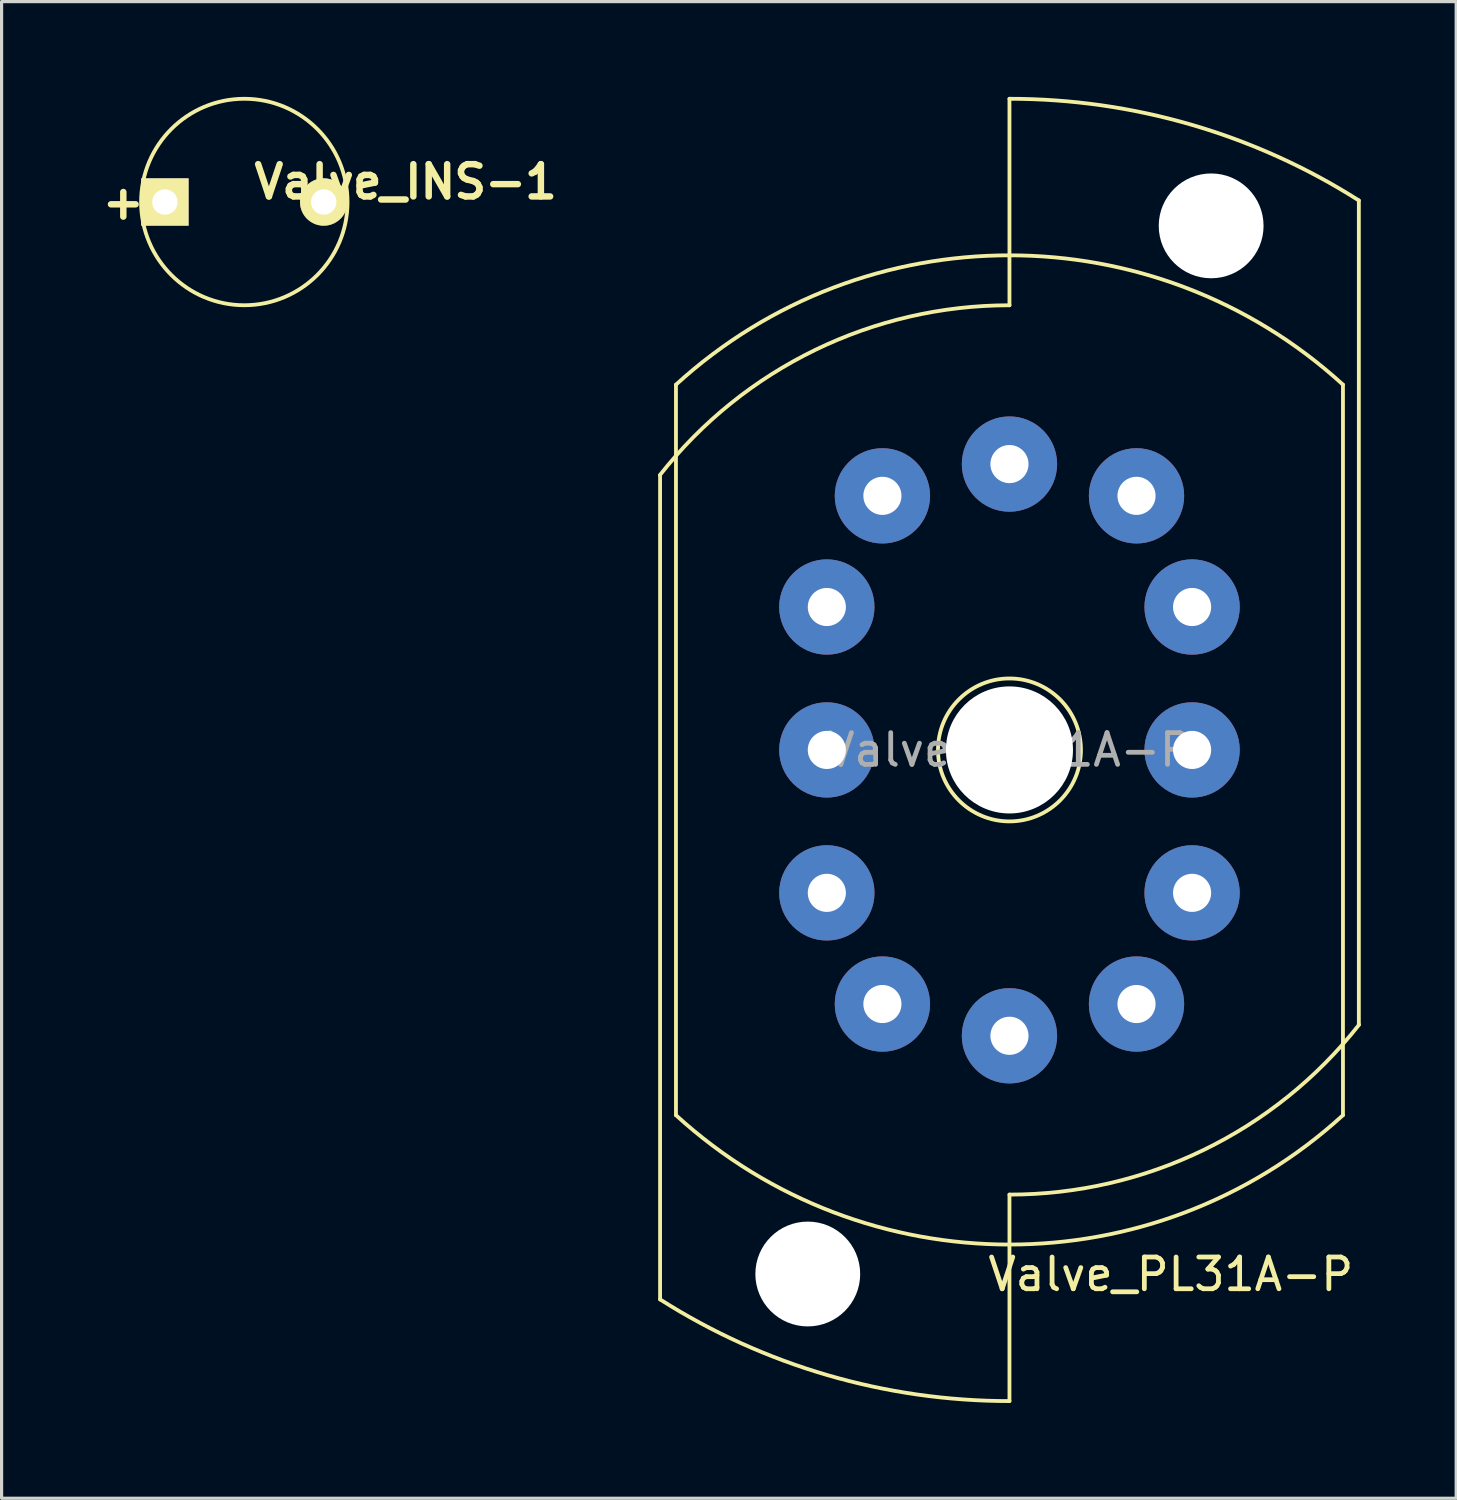
<source format=kicad_pcb>
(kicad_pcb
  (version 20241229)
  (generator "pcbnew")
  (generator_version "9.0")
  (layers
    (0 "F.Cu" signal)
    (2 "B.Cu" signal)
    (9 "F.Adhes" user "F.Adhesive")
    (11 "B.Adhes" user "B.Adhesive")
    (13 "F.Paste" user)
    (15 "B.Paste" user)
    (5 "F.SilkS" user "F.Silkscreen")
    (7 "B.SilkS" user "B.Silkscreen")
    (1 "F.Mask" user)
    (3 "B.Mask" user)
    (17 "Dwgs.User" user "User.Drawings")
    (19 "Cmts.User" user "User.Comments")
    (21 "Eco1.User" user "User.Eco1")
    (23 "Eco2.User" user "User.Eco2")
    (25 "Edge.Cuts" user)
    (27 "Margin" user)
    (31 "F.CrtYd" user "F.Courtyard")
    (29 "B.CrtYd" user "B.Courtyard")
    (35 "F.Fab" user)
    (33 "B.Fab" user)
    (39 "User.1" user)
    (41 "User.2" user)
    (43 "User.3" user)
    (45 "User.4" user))
  (footprint "Valve_PL31A-P"
    (layer "F.Cu")
    (at 28.732 20.561)
    (property "Reference" "Valve_PL31A-P" (at 5.08 16.51 180) (layer "F.SilkS") (effects (font (size 1 1) (thickness 0.15))))
    (attr through_hole)
    (fp_line (start -11 -8.65) (end -11 17.3) (stroke (width 0.12) (type solid)) (layer "F.SilkS"))
    (fp_line (start -10.5 11.5) (end -10.5 -11.5) (stroke (width 0.12) (type solid)) (layer "F.SilkS"))
    (fp_line (start 0 -20.5) (end 0 -14) (stroke (width 0.12) (type solid)) (layer "F.SilkS"))
    (fp_line (start 0 14) (end 0 20.5) (stroke (width 0.12) (type solid)) (layer "F.SilkS"))
    (fp_line (start 10.5 11.5) (end 10.5 -11.5) (stroke (width 0.12) (type solid)) (layer "F.SilkS"))
    (fp_line (start 11 8.65) (end 11 -17.3) (stroke (width 0.12) (type solid)) (layer "F.SilkS"))
    (fp_arc (start -11.004984 -8.653919) (mid -6.117398 -12.592753) (end 0 -14) (stroke (width 0.12) (type solid)) (layer "F.SilkS"))
    (fp_arc (start -10.499999 -11.499999) (mid 0 -15.57241) (end 10.499999 -11.499999) (stroke (width 0.12) (type solid)) (layer "F.SilkS"))
    (fp_arc (start 0 -20.500974) (mid 5.728137 -19.684471) (end 10.999999 -17.299999) (stroke (width 0.12) (type solid)) (layer "F.SilkS"))
    (fp_arc (start 0 20.500974) (mid -5.728137 19.684471) (end -10.999999 17.299999) (stroke (width 0.12) (type solid)) (layer "F.SilkS"))
    (fp_arc (start 10.499999 11.499999) (mid 0 15.57241) (end -10.499999 11.499999) (stroke (width 0.12) (type solid)) (layer "F.SilkS"))
    (fp_arc (start 11.004984 8.653919) (mid 6.117398 12.592753) (end 0 14) (stroke (width 0.12) (type solid)) (layer "F.SilkS"))
    (fp_circle (center 0 0) (end 0 -2.25) (stroke (width 0.12) (type solid)) (fill no) (layer "F.SilkS"))
    (fp_text user "${REFERENCE}" (at 0 0 180) (layer "F.Fab") (effects (font (size 1 1) (thickness 0.15))))
    (pad "" np_thru_hole circle (at -6.35 16.5 180) (size 3.3 3.3) (drill 3.3) (layers "*.Cu" "*.Mask"))
    (pad "" np_thru_hole circle (at 0 0) (size 4 4) (drill 4) (layers "*.Cu" "*.Mask"))
    (pad "" np_thru_hole circle (at 6.35 -16.5 180) (size 3.3 3.3) (drill 3.3) (layers "*.Cu" "*.Mask"))
    (pad "1" thru_hole circle (at 4 8 180) (size 3 3) (drill 1.2) (layers "*.Cu" "*.Mask"))
    (pad "2" thru_hole circle (at 5.75 4.5 180) (size 3 3) (drill 1.2) (layers "*.Cu" "*.Mask"))
    (pad "3" thru_hole circle (at 5.75 0 180) (size 3 3) (drill 1.2) (layers "*.Cu" "*.Mask"))
    (pad "4" thru_hole circle (at 5.75 -4.5 180) (size 3 3) (drill 1.2) (layers "*.Cu" "*.Mask"))
    (pad "5" thru_hole circle (at 4 -8 180) (size 3 3) (drill 1.2) (layers "*.Cu" "*.Mask"))
    (pad "6" thru_hole circle (at 0 -9 180) (size 3 3) (drill 1.2) (layers "*.Cu" "*.Mask"))
    (pad "7" thru_hole circle (at -4 -8 180) (size 3 3) (drill 1.2) (layers "*.Cu" "*.Mask"))
    (pad "8" thru_hole circle (at -5.75 -4.5 180) (size 3 3) (drill 1.2) (layers "*.Cu" "*.Mask"))
    (pad "9" thru_hole circle (at -5.75 0 180) (size 3 3) (drill 1.2) (layers "*.Cu" "*.Mask"))
    (pad "10" thru_hole circle (at -5.75 4.5 180) (size 3 3) (drill 1.2) (layers "*.Cu" "*.Mask"))
    (pad "11" thru_hole circle (at -4 8 180) (size 3 3) (drill 1.2) (layers "*.Cu" "*.Mask"))
    (pad "12" thru_hole circle (at 0 9 180) (size 3 3) (drill 1.2) (layers "*.Cu" "*.Mask")))
  (footprint "Valve_INS-1"
    (layer "F.Cu")
    (at 4.642 3.31)
    (property "Reference" "Valve_INS-1" (at 5.08 -0.635 0) (layer "F.SilkS") (effects (font (size 1.016 1.016) (thickness 0.203))))
    (attr through_hole)
    (fp_circle (center 0 0) (end 0 -3.25) (stroke (width 0.12) (type solid)) (fill no) (layer "F.SilkS"))
    (fp_text user "+" (at -3.81 0 0) (layer "F.SilkS") (effects (font (size 1.016 1.016) (thickness 0.203))))
    (pad "1" thru_hole rect (at -2.5 0) (size 1.491 1.491) (drill 0.8) (layers "*.Cu" "*.Mask" "F.SilkS"))
    (pad "2" thru_hole circle (at 2.5 0) (size 1.491 1.491) (drill 0.8) (layers "*.Cu" "*.Mask" "F.SilkS")))
  (gr_rect
    (start -3 -3)
    (end 42.797 44.122)
    (stroke (width 0.1) (type default))
    (fill no)
    (layer "Edge.Cuts")))
</source>
